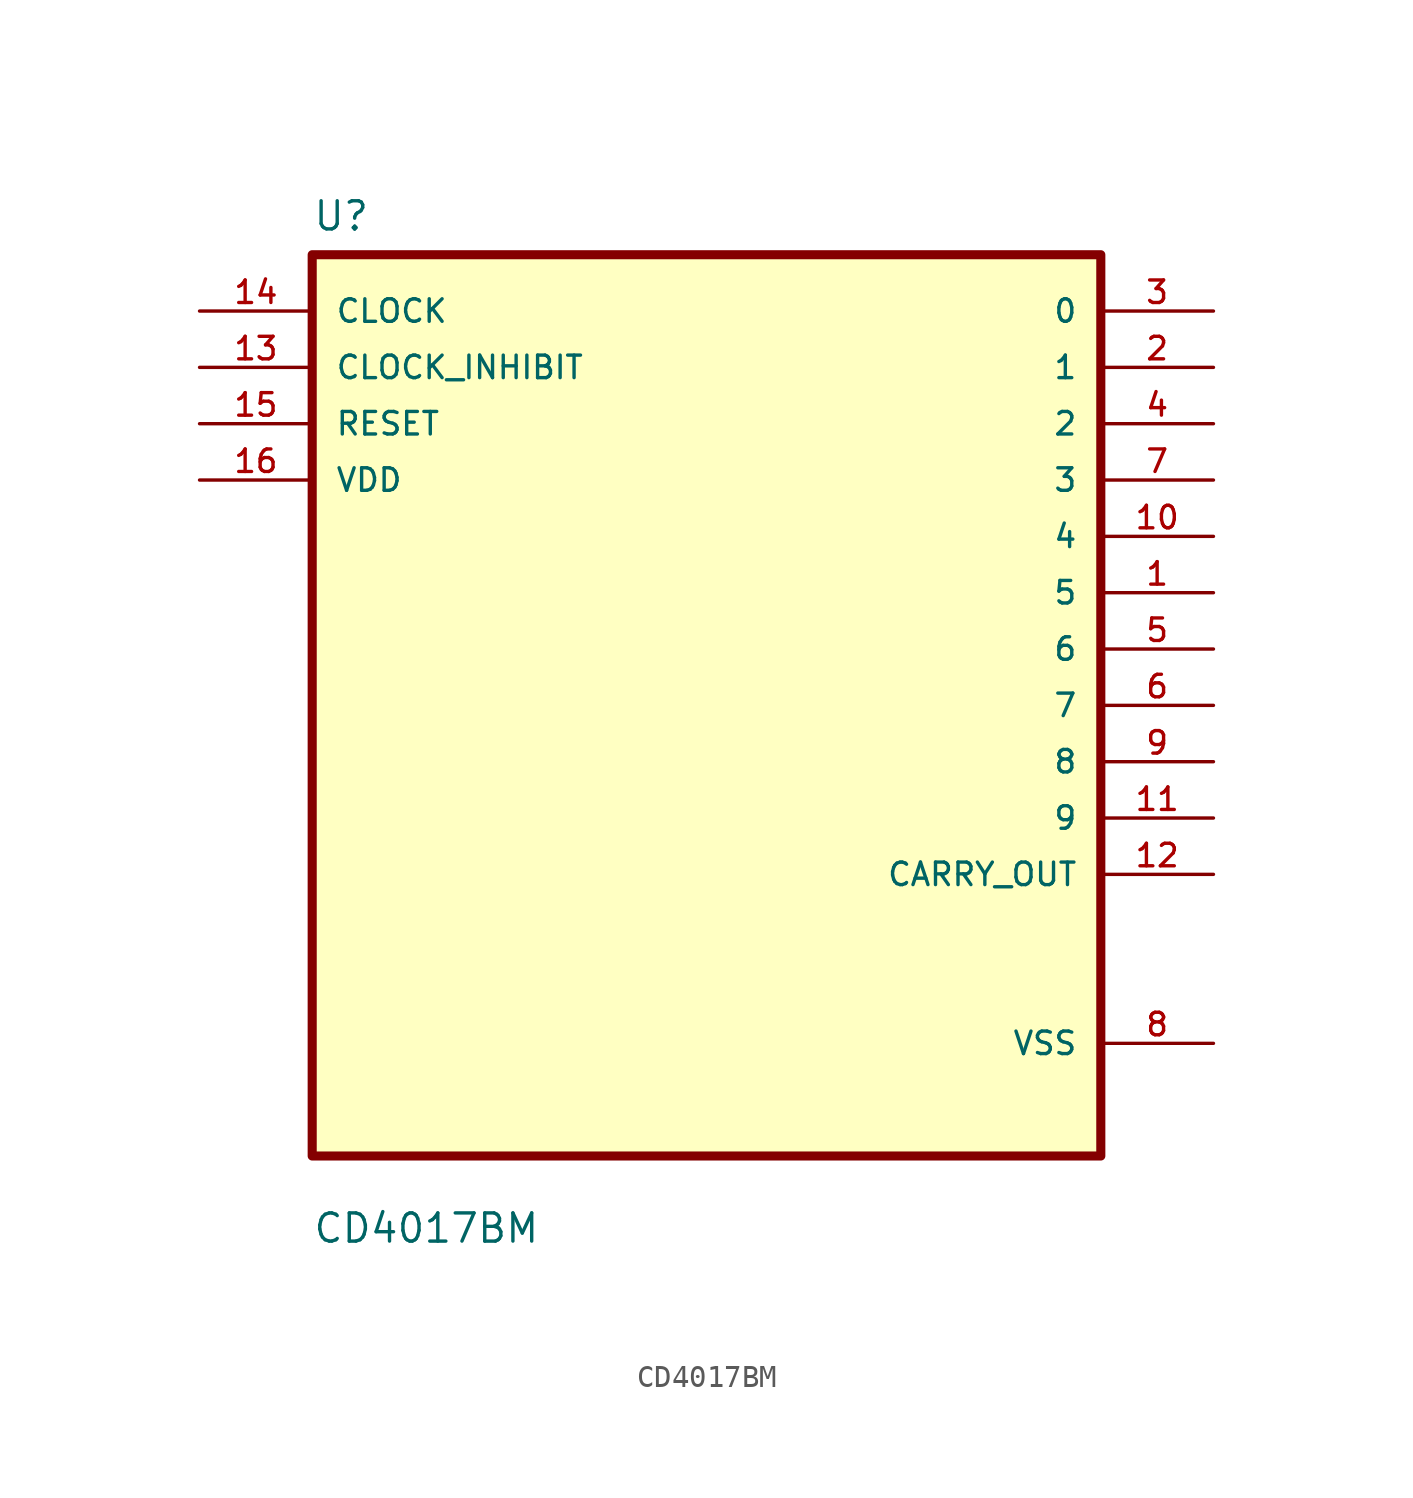
<source format=kicad_sym>
(kicad_symbol_lib
  (version 20211014)
  (generator kicad_symbol_editor)
  (symbol "CD4017BM"
    (pin_names
      (offset 1.016))
    (property "Reference" "U"
      (at -17.78 21.32 0.0)
      (effects (font (size 1.27 1.27)) (justify bottom left)))
    (property "Value" "CD4017BM"
      (at -17.78 -24.32 0.0)
      (effects (font (size 1.27 1.27)) (justify bottom left)))
    (symbol "CD4017BM_0_0"
      (rectangle (start -17.78 -20.32) (end 17.78 20.32) (stroke (width 0.41)) (fill (type background)))
      (pin input line (at -22.86 17.78 0) (length 5.08) (name "CLOCK" (effects (font (size 1.016 1.016)))) (number "14" (effects (font (size 1.016 1.016)))))
      (pin input line (at -22.86 15.24 0) (length 5.08) (name "CLOCK_INHIBIT" (effects (font (size 1.016 1.016)))) (number "13" (effects (font (size 1.016 1.016)))))
      (pin input line (at -22.86 12.7 0) (length 5.08) (name "RESET" (effects (font (size 1.016 1.016)))) (number "15" (effects (font (size 1.016 1.016)))))
      (pin input line (at -22.86 10.16 0) (length 5.08) (name "VDD" (effects (font (size 1.016 1.016)))) (number "16" (effects (font (size 1.016 1.016)))))
      (pin output line (at 22.86 17.78 180.0) (length 5.08) (name "0" (effects (font (size 1.016 1.016)))) (number "3" (effects (font (size 1.016 1.016)))))
      (pin output line (at 22.86 15.24 180.0) (length 5.08) (name "1" (effects (font (size 1.016 1.016)))) (number "2" (effects (font (size 1.016 1.016)))))
      (pin output line (at 22.86 12.7 180.0) (length 5.08) (name "2" (effects (font (size 1.016 1.016)))) (number "4" (effects (font (size 1.016 1.016)))))
      (pin output line (at 22.86 10.16 180.0) (length 5.08) (name "3" (effects (font (size 1.016 1.016)))) (number "7" (effects (font (size 1.016 1.016)))))
      (pin output line (at 22.86 7.62 180.0) (length 5.08) (name "4" (effects (font (size 1.016 1.016)))) (number "10" (effects (font (size 1.016 1.016)))))
      (pin output line (at 22.86 5.08 180.0) (length 5.08) (name "5" (effects (font (size 1.016 1.016)))) (number "1" (effects (font (size 1.016 1.016)))))
      (pin output line (at 22.86 2.54 180.0) (length 5.08) (name "6" (effects (font (size 1.016 1.016)))) (number "5" (effects (font (size 1.016 1.016)))))
      (pin output line (at 22.86 3.55271e-15 180.0) (length 5.08) (name "7" (effects (font (size 1.016 1.016)))) (number "6" (effects (font (size 1.016 1.016)))))
      (pin output line (at 22.86 -2.54 180.0) (length 5.08) (name "8" (effects (font (size 1.016 1.016)))) (number "9" (effects (font (size 1.016 1.016)))))
      (pin output line (at 22.86 -5.08 180.0) (length 5.08) (name "9" (effects (font (size 1.016 1.016)))) (number "11" (effects (font (size 1.016 1.016)))))
      (pin output line (at 22.86 -7.62 180.0) (length 5.08) (name "CARRY_OUT" (effects (font (size 1.016 1.016)))) (number "12" (effects (font (size 1.016 1.016)))))
      (pin power_in line (at 22.86 -15.24 180.0) (length 5.08) (name "VSS" (effects (font (size 1.016 1.016)))) (number "8" (effects (font (size 1.016 1.016))))))))
</source>
